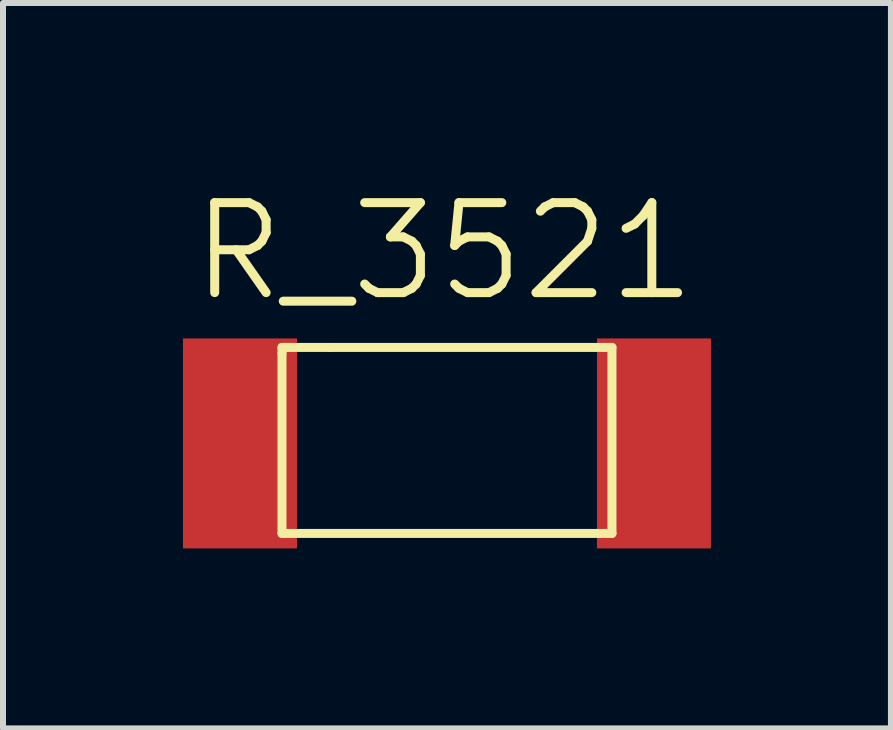
<source format=kicad_pcb>
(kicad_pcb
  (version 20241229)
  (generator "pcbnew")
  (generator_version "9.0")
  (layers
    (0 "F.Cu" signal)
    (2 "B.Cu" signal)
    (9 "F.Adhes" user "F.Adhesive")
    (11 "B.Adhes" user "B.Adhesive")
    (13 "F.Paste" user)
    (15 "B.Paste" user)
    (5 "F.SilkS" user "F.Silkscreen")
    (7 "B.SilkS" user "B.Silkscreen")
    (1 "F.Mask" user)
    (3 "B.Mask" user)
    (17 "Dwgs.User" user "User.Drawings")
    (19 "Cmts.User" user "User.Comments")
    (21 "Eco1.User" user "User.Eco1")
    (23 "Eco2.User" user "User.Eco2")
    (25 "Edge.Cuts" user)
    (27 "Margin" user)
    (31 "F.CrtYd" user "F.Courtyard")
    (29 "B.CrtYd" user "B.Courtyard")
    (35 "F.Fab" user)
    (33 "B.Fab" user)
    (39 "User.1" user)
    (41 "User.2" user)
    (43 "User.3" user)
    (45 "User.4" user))
  (footprint "R_3521"
    (layer "F.Cu")
    (at 4.35 4.341)
    (property "Reference" "R_3521" (at 0 -3.2 0) (layer "F.SilkS") (effects (font (size 1.5 1.5) (thickness 0.15))))
    (attr through_hole)
    (fp_line (start -2.7 -1.6) (end -1.9 -1.6) (stroke (width 0.15) (type solid)) (layer "F.SilkS"))
    (fp_line (start -2.7 -1.5) (end -2.7 -1.6) (stroke (width 0.15) (type solid)) (layer "F.SilkS"))
    (fp_line (start -2.7 1.5) (end -2.7 -1.5) (stroke (width 0.15) (type solid)) (layer "F.SilkS"))
    (fp_line (start -1.9 -1.6) (end 2.8 -1.6) (stroke (width 0.15) (type solid)) (layer "F.SilkS"))
    (fp_line (start 2.8 -1.6) (end 2.8 1.5) (stroke (width 0.15) (type solid)) (layer "F.SilkS"))
    (fp_line (start 2.8 1.5) (end -2.7 1.5) (stroke (width 0.15) (type solid)) (layer "F.SilkS"))
    (pad "1" smd rect (at -3.4 0) (size 1.9 3.5) (layers "F.Cu" "F.Mask" "F.Paste"))
    (pad "2" smd rect (at 3.5 0) (size 1.9 3.5) (layers "F.Cu" "F.Mask" "F.Paste")))
  (gr_rect
    (start -3 -3)
    (end 11.8 9.091)
    (stroke (width 0.1) (type default))
    (fill no)
    (layer "Edge.Cuts")))
</source>
